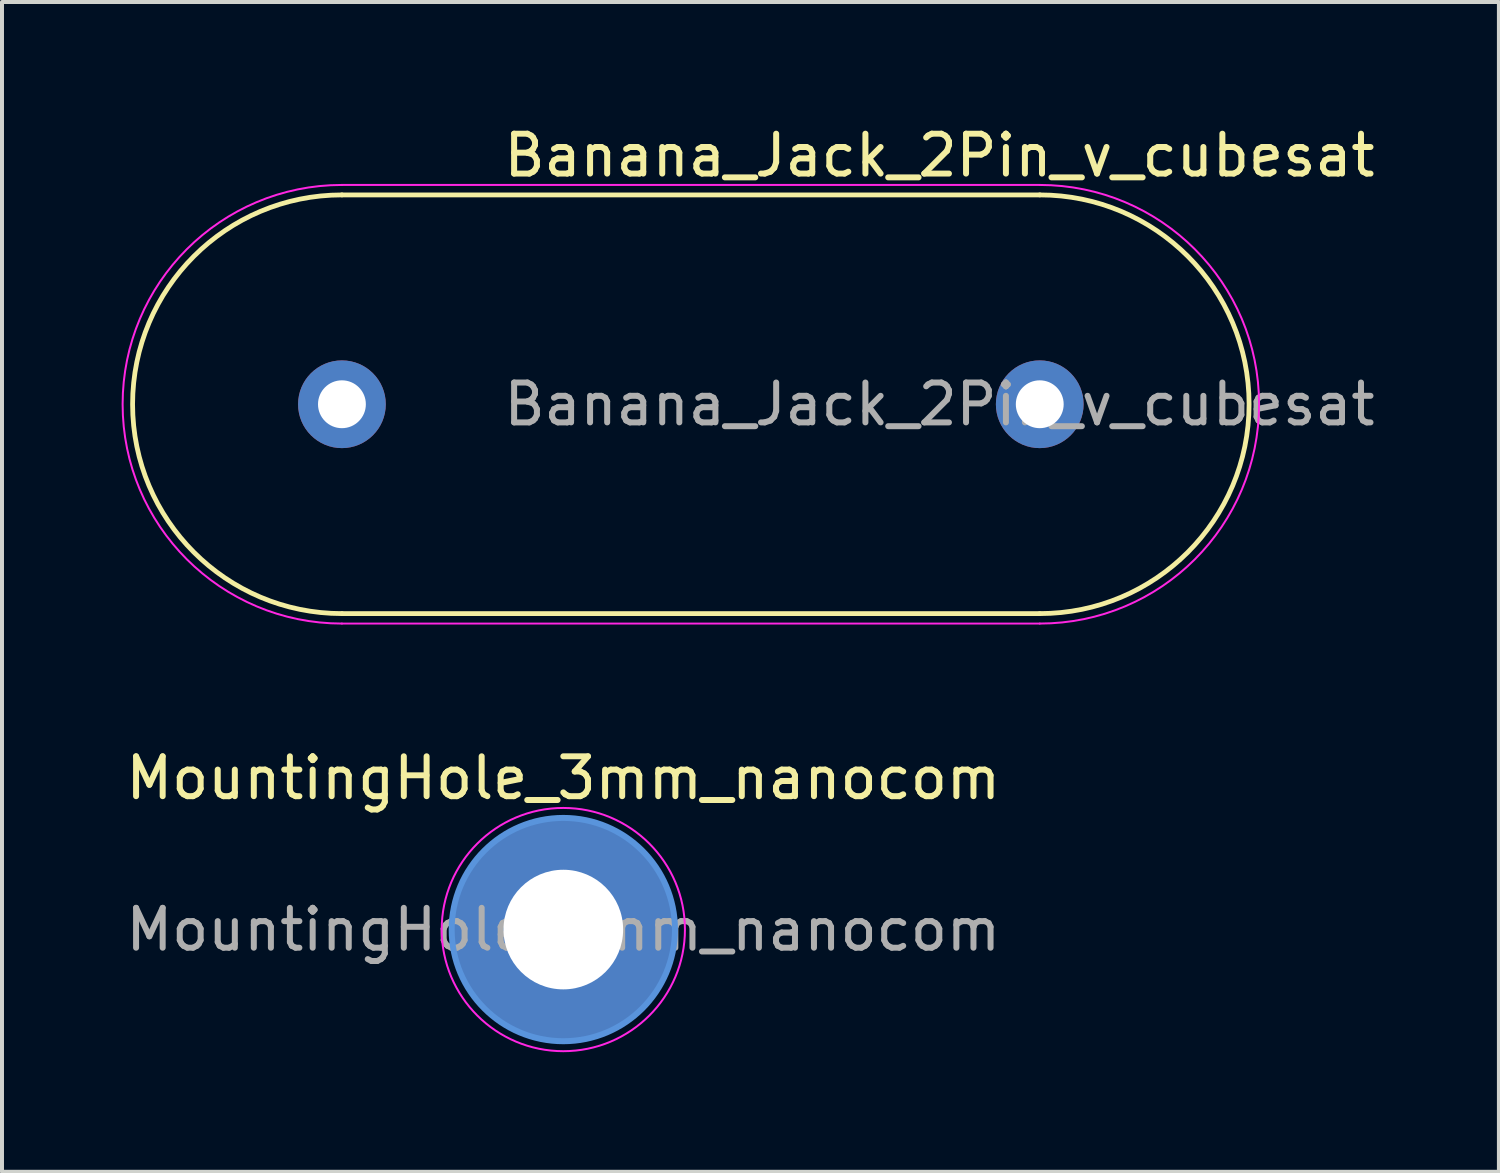
<source format=kicad_pcb>
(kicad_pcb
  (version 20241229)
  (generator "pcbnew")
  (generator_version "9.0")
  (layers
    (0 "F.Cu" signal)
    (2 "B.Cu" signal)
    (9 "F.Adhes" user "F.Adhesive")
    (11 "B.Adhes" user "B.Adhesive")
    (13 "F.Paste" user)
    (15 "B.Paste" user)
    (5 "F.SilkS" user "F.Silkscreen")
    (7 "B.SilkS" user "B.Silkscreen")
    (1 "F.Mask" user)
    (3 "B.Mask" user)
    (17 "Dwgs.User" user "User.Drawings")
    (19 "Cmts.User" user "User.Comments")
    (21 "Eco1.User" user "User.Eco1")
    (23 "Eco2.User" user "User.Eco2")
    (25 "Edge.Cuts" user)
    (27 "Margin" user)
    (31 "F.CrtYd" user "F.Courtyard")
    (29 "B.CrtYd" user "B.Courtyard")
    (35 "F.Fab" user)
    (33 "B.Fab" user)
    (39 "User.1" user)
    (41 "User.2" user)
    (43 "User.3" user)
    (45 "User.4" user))
  (footprint "Banana_Jack_2Pin_v_cubesat"
    (layer "F.Cu")
    (at 5.525 7.088)
    (property "Reference" "Banana_Jack_2Pin_v_cubesat" (at 14.985 -6.24 0) (layer "F.SilkS") (effects (font (size 1 1) (thickness 0.15))))
    (attr through_hole)
    (fp_line (start 0 5.25) (end 17.5 5.25) (stroke (width 0.12) (type solid)) (layer "F.SilkS"))
    (fp_line (start 17.5 -5.25) (end 0 -5.25) (stroke (width 0.12) (type solid)) (layer "F.SilkS"))
    (fp_arc (start 0 5.25) (mid -5.25 0) (end 0 -5.25) (stroke (width 0.12) (type solid)) (layer "F.SilkS"))
    (fp_arc (start 17.5 -5.25) (mid 22.75 0) (end 17.5 5.25) (stroke (width 0.12) (type solid)) (layer "F.SilkS"))
    (fp_line (start 0 5.5) (end 17.5 5.5) (stroke (width 0.05) (type solid)) (layer "F.CrtYd"))
    (fp_line (start 17.5 -5.5) (end 0 -5.5) (stroke (width 0.05) (type solid)) (layer "F.CrtYd"))
    (fp_arc (start 0 5.5) (mid -5.5 0) (end 0 -5.5) (stroke (width 0.05) (type solid)) (layer "F.CrtYd"))
    (fp_arc (start 17.5 -5.5) (mid 23 0) (end 17.5 5.5) (stroke (width 0.05) (type solid)) (layer "F.CrtYd"))
    (fp_text user "${REFERENCE}" (at 14.985 0 0) (layer "F.Fab") (effects (font (size 1 1) (thickness 0.15))))
    (pad "1" thru_hole circle (at 0 0) (size 2.2 2.2) (drill 1.2) (layers "*.Cu" "*.Mask"))
    (pad "2" thru_hole circle (at 17.5 0) (size 2.2 2.2) (drill 1.2) (layers "*.Cu" "*.Mask")))
  (footprint "MountingHole_3mm_nanocom"
    (layer "F.Cu")
    (at 11.077 20.262)
    (property "Reference" "MountingHole_3mm_nanocom" (at 0 -3.8 0) (layer "F.SilkS") (effects (font (size 1 1) (thickness 0.15))))
    (attr exclude_from_pos_files exclude_from_bom)
    (fp_circle (center 0 0) (end 2.8 0) (stroke (width 0.15) (type solid)) (fill no) (layer "Cmts.User"))
    (fp_circle (center 0 0) (end 3.05 0) (stroke (width 0.05) (type solid)) (fill no) (layer "F.CrtYd"))
    (fp_text user "${REFERENCE}" (at 0 0 0) (layer "F.Fab") (effects (font (size 1 1) (thickness 0.15))))
    (pad "1" thru_hole circle (at 0 0) (size 5.6 5.6) (drill 3) (layers "*.Cu" "*.Mask")))
  (gr_rect
    (start -3 -3)
    (end 34.54 26.337)
    (stroke (width 0.1) (type default))
    (fill no)
    (layer "Edge.Cuts")))
</source>
